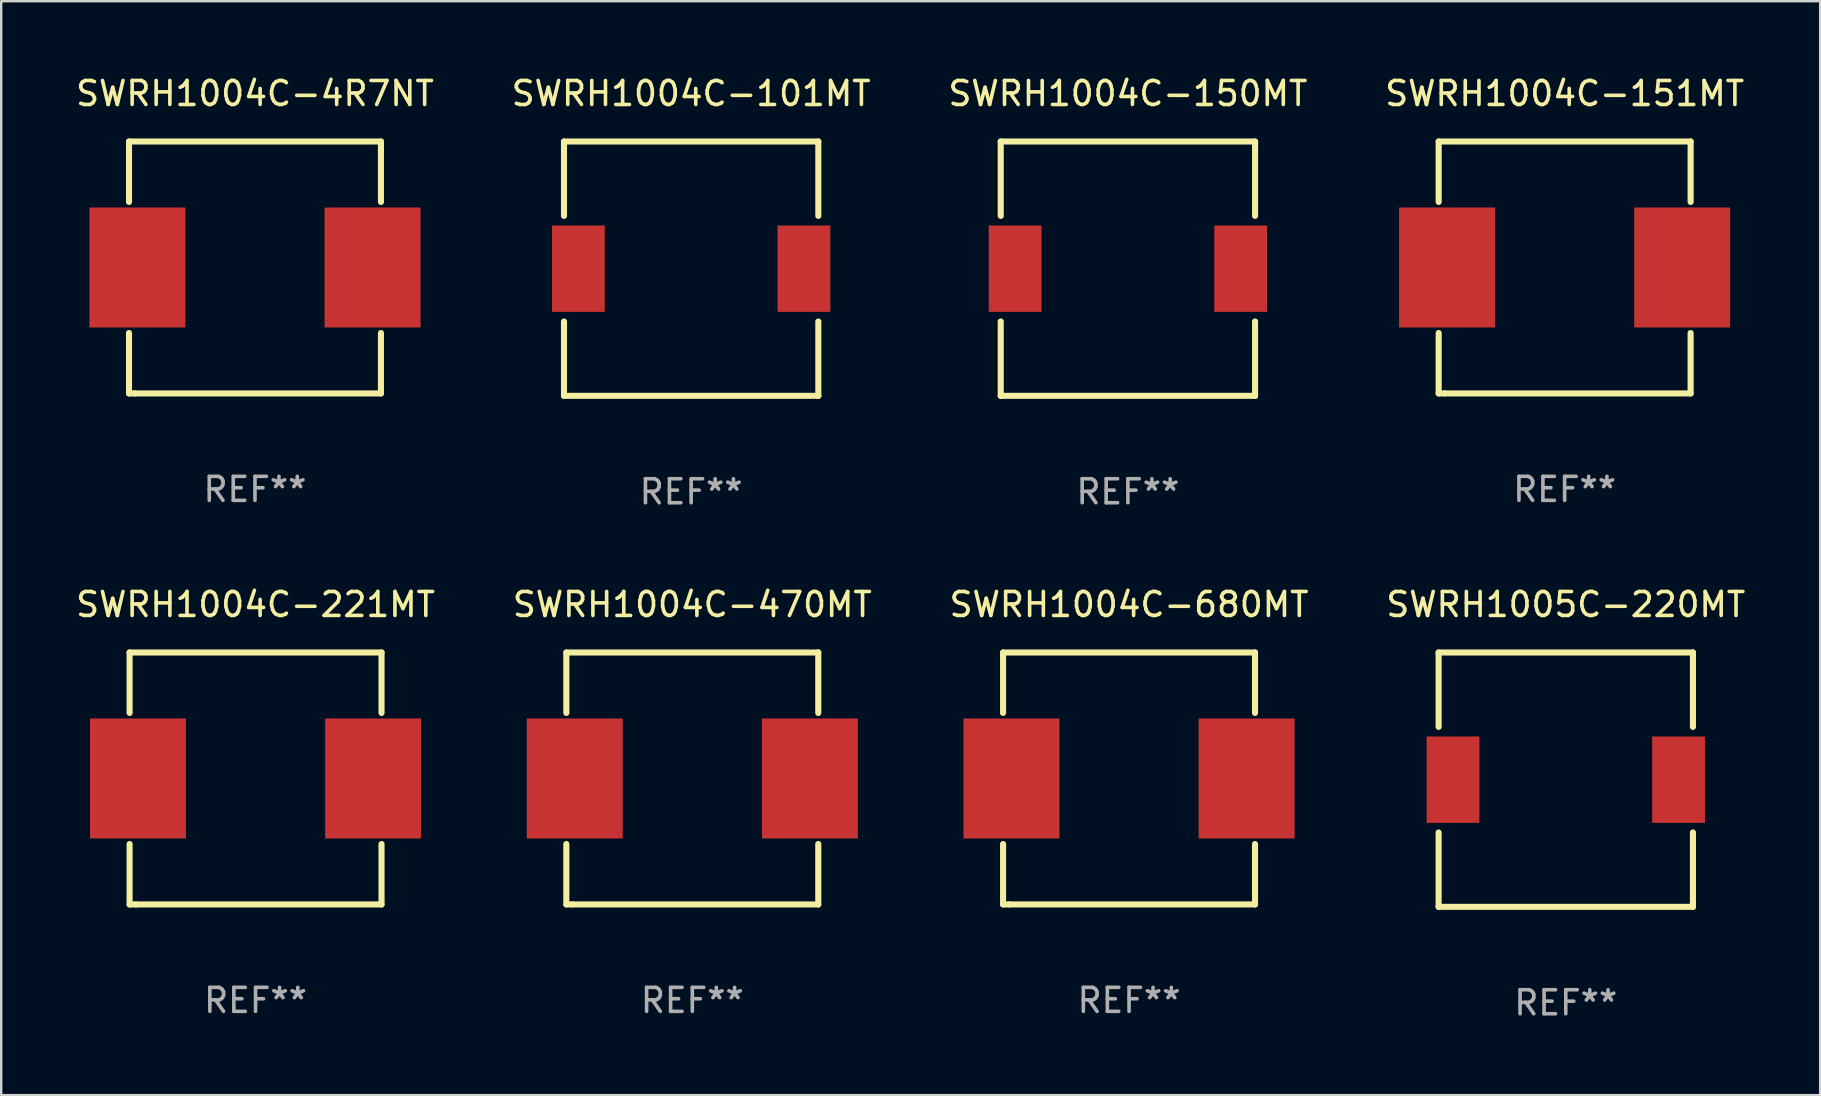
<source format=kicad_pcb>
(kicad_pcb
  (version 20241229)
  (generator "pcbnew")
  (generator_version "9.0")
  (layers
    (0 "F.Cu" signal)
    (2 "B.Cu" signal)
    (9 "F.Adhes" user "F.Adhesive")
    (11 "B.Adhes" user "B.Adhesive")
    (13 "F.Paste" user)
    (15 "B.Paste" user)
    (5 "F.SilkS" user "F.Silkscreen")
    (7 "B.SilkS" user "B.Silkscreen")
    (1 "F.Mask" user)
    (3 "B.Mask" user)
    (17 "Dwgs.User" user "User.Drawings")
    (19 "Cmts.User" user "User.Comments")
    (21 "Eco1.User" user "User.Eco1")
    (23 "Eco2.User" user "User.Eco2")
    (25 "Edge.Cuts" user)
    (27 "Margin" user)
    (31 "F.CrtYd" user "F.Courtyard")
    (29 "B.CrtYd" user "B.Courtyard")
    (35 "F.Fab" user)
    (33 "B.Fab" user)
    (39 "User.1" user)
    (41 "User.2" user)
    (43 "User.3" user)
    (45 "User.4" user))
  (footprint "SWRH1004C-221MT"
    (layer "F.Cu")
    (at 7.601 29.395)
    (property "Reference" "SWRH1004C-221MT" (at 0 -7.25 0) (layer "F.SilkS") (effects (font (size 1 1) (thickness 0.15))))
    (attr through_hole)
    (fp_line (start -5.25 -5.25) (end -5.25 -2.731) (stroke (width 0.254) (type solid)) (layer "F.SilkS"))
    (fp_line (start -5.25 -5.25) (end 5.25 -5.25) (stroke (width 0.254) (type solid)) (layer "F.SilkS"))
    (fp_line (start -5.25 2.731) (end -5.25 5.25) (stroke (width 0.254) (type solid)) (layer "F.SilkS"))
    (fp_line (start -4.989 5.25) (end -5.25 5.25) (stroke (width 0.254) (type solid)) (layer "F.SilkS"))
    (fp_line (start 5.25 -5.25) (end 5.25 -2.731) (stroke (width 0.254) (type solid)) (layer "F.SilkS"))
    (fp_line (start 5.25 2.731) (end 5.25 5.25) (stroke (width 0.254) (type solid)) (layer "F.SilkS"))
    (fp_line (start 5.25 5.25) (end -4.989 5.25) (stroke (width 0.254) (type solid)) (layer "F.SilkS"))
    (fp_circle (center -5.25 5.25) (end -5.22 5.25) (stroke (width 0.06) (type solid)) (fill no) (layer "F.SilkS"))
    (fp_text user "REF**" (at 0 9.25 0) (layer "F.Fab") (effects (font (size 1 1) (thickness 0.15))))
    (pad "1" smd rect (at -4.9 -0.000013) (size 4 5) (layers "F.Cu" "F.Mask" "F.Paste"))
    (pad "2" smd rect (at 4.9 -0.000013) (size 4 5) (layers "F.Cu" "F.Mask" "F.Paste")))
  (footprint "SWRH1005C-220MT"
    (layer "F.Cu")
    (at 62.208 29.445)
    (property "Reference" "SWRH1005C-220MT" (at 0 -7.3 0) (layer "F.SilkS") (effects (font (size 1 1) (thickness 0.15))))
    (attr through_hole)
    (fp_line (start -5.3 5.3) (end 5.3 5.3) (stroke (width 0.254) (type solid)) (layer "F.SilkS"))
    (fp_line (start -5.3 -5.3) (end -5.3 -2.2) (stroke (width 0.254) (type solid)) (layer "F.SilkS"))
    (fp_line (start -5.3 -5.3) (end 5.3 -5.3) (stroke (width 0.254) (type solid)) (layer "F.SilkS"))
    (fp_line (start -5.3 2.2) (end -5.3 5.3) (stroke (width 0.254) (type solid)) (layer "F.SilkS"))
    (fp_line (start 5.3 2.2) (end 5.3 5.3) (stroke (width 0.254) (type solid)) (layer "F.SilkS"))
    (fp_line (start 5.3 -5.3) (end 5.3 -2.2) (stroke (width 0.254) (type solid)) (layer "F.SilkS"))
    (fp_circle (center -5.3 5.25) (end -5.27 5.25) (stroke (width 0.06) (type solid)) (fill no) (layer "F.SilkS"))
    (fp_text user "REF**" (at 0 9.3 0) (layer "F.Fab") (effects (font (size 1 1) (thickness 0.15))))
    (pad "1" smd rect (at -4.7 0) (size 2.2 3.6) (layers "F.Cu" "F.Mask" "F.Paste"))
    (pad "2" smd rect (at 4.7 0) (size 2.2 3.6) (layers "F.Cu" "F.Mask" "F.Paste")))
  (footprint "SWRH1004C-151MT"
    (layer "F.Cu")
    (at 62.161 8.098)
    (property "Reference" "SWRH1004C-151MT" (at 0 -7.25 0) (layer "F.SilkS") (effects (font (size 1 1) (thickness 0.15))))
    (attr through_hole)
    (fp_line (start -5.25 -5.25) (end -5.25 -2.731) (stroke (width 0.254) (type solid)) (layer "F.SilkS"))
    (fp_line (start -5.25 -5.25) (end 5.25 -5.25) (stroke (width 0.254) (type solid)) (layer "F.SilkS"))
    (fp_line (start -5.25 2.731) (end -5.25 5.25) (stroke (width 0.254) (type solid)) (layer "F.SilkS"))
    (fp_line (start -4.989 5.25) (end -5.25 5.25) (stroke (width 0.254) (type solid)) (layer "F.SilkS"))
    (fp_line (start 5.25 -5.25) (end 5.25 -2.731) (stroke (width 0.254) (type solid)) (layer "F.SilkS"))
    (fp_line (start 5.25 2.731) (end 5.25 5.25) (stroke (width 0.254) (type solid)) (layer "F.SilkS"))
    (fp_line (start 5.25 5.25) (end -4.989 5.25) (stroke (width 0.254) (type solid)) (layer "F.SilkS"))
    (fp_circle (center -5.25 5.25) (end -5.22 5.25) (stroke (width 0.06) (type solid)) (fill no) (layer "F.SilkS"))
    (fp_text user "REF**" (at 0 9.25 0) (layer "F.Fab") (effects (font (size 1 1) (thickness 0.15))))
    (pad "1" smd rect (at -4.9 -0.000013) (size 4 5) (layers "F.Cu" "F.Mask" "F.Paste"))
    (pad "2" smd rect (at 4.9 -0.000013) (size 4 5) (layers "F.Cu" "F.Mask" "F.Paste")))
  (footprint "SWRH1004C-101MT"
    (layer "F.Cu")
    (at 25.756 8.148)
    (property "Reference" "SWRH1004C-101MT" (at 0 -7.3 0) (layer "F.SilkS") (effects (font (size 1 1) (thickness 0.15))))
    (attr through_hole)
    (fp_line (start -5.3 5.3) (end 5.3 5.3) (stroke (width 0.254) (type solid)) (layer "F.SilkS"))
    (fp_line (start -5.3 -5.3) (end -5.3 -2.2) (stroke (width 0.254) (type solid)) (layer "F.SilkS"))
    (fp_line (start -5.3 -5.3) (end 5.3 -5.3) (stroke (width 0.254) (type solid)) (layer "F.SilkS"))
    (fp_line (start -5.3 2.2) (end -5.3 5.3) (stroke (width 0.254) (type solid)) (layer "F.SilkS"))
    (fp_line (start 5.3 2.2) (end 5.3 5.3) (stroke (width 0.254) (type solid)) (layer "F.SilkS"))
    (fp_line (start 5.3 -5.3) (end 5.3 -2.2) (stroke (width 0.254) (type solid)) (layer "F.SilkS"))
    (fp_circle (center -5.3 5.25) (end -5.27 5.25) (stroke (width 0.06) (type solid)) (fill no) (layer "F.SilkS"))
    (fp_text user "REF**" (at 0 9.3 0) (layer "F.Fab") (effects (font (size 1 1) (thickness 0.15))))
    (pad "1" smd rect (at -4.7 0) (size 2.2 3.6) (layers "F.Cu" "F.Mask" "F.Paste"))
    (pad "2" smd rect (at 4.7 0) (size 2.2 3.6) (layers "F.Cu" "F.Mask" "F.Paste")))
  (footprint "SWRH1004C-680MT"
    (layer "F.Cu")
    (at 44.006 29.395)
    (property "Reference" "SWRH1004C-680MT" (at 0 -7.25 0) (layer "F.SilkS") (effects (font (size 1 1) (thickness 0.15))))
    (attr through_hole)
    (fp_line (start -5.25 -5.25) (end -5.25 -2.731) (stroke (width 0.254) (type solid)) (layer "F.SilkS"))
    (fp_line (start -5.25 -5.25) (end 5.25 -5.25) (stroke (width 0.254) (type solid)) (layer "F.SilkS"))
    (fp_line (start -5.25 2.731) (end -5.25 5.25) (stroke (width 0.254) (type solid)) (layer "F.SilkS"))
    (fp_line (start -4.989 5.25) (end -5.25 5.25) (stroke (width 0.254) (type solid)) (layer "F.SilkS"))
    (fp_line (start 5.25 -5.25) (end 5.25 -2.731) (stroke (width 0.254) (type solid)) (layer "F.SilkS"))
    (fp_line (start 5.25 2.731) (end 5.25 5.25) (stroke (width 0.254) (type solid)) (layer "F.SilkS"))
    (fp_line (start 5.25 5.25) (end -4.989 5.25) (stroke (width 0.254) (type solid)) (layer "F.SilkS"))
    (fp_circle (center -5.25 5.25) (end -5.22 5.25) (stroke (width 0.06) (type solid)) (fill no) (layer "F.SilkS"))
    (fp_text user "REF**" (at 0 9.25 0) (layer "F.Fab") (effects (font (size 1 1) (thickness 0.15))))
    (pad "1" smd rect (at -4.9 -0.000013) (size 4 5) (layers "F.Cu" "F.Mask" "F.Paste"))
    (pad "2" smd rect (at 4.9 -0.000013) (size 4 5) (layers "F.Cu" "F.Mask" "F.Paste")))
  (footprint "SWRH1004C-150MT"
    (layer "F.Cu")
    (at 43.958 8.148)
    (property "Reference" "SWRH1004C-150MT" (at 0 -7.3 0) (layer "F.SilkS") (effects (font (size 1 1) (thickness 0.15))))
    (attr through_hole)
    (fp_line (start -5.3 5.3) (end 5.3 5.3) (stroke (width 0.254) (type solid)) (layer "F.SilkS"))
    (fp_line (start -5.3 -5.3) (end -5.3 -2.2) (stroke (width 0.254) (type solid)) (layer "F.SilkS"))
    (fp_line (start -5.3 -5.3) (end 5.3 -5.3) (stroke (width 0.254) (type solid)) (layer "F.SilkS"))
    (fp_line (start -5.3 2.2) (end -5.3 5.3) (stroke (width 0.254) (type solid)) (layer "F.SilkS"))
    (fp_line (start 5.3 2.2) (end 5.3 5.3) (stroke (width 0.254) (type solid)) (layer "F.SilkS"))
    (fp_line (start 5.3 -5.3) (end 5.3 -2.2) (stroke (width 0.254) (type solid)) (layer "F.SilkS"))
    (fp_circle (center -5.3 5.25) (end -5.27 5.25) (stroke (width 0.06) (type solid)) (fill no) (layer "F.SilkS"))
    (fp_text user "REF**" (at 0 9.3 0) (layer "F.Fab") (effects (font (size 1 1) (thickness 0.15))))
    (pad "1" smd rect (at -4.7 0) (size 2.2 3.6) (layers "F.Cu" "F.Mask" "F.Paste"))
    (pad "2" smd rect (at 4.7 0) (size 2.2 3.6) (layers "F.Cu" "F.Mask" "F.Paste")))
  (footprint "SWRH1004C-4R7NT"
    (layer "F.Cu")
    (at 7.577 8.098)
    (property "Reference" "SWRH1004C-4R7NT" (at 0 -7.25 0) (layer "F.SilkS") (effects (font (size 1 1) (thickness 0.15))))
    (attr through_hole)
    (fp_line (start -5.25 -5.25) (end -5.25 -2.731) (stroke (width 0.254) (type solid)) (layer "F.SilkS"))
    (fp_line (start -5.25 -5.25) (end 5.25 -5.25) (stroke (width 0.254) (type solid)) (layer "F.SilkS"))
    (fp_line (start -5.25 2.731) (end -5.25 5.25) (stroke (width 0.254) (type solid)) (layer "F.SilkS"))
    (fp_line (start -4.989 5.25) (end -5.25 5.25) (stroke (width 0.254) (type solid)) (layer "F.SilkS"))
    (fp_line (start 5.25 -5.25) (end 5.25 -2.731) (stroke (width 0.254) (type solid)) (layer "F.SilkS"))
    (fp_line (start 5.25 2.731) (end 5.25 5.25) (stroke (width 0.254) (type solid)) (layer "F.SilkS"))
    (fp_line (start 5.25 5.25) (end -4.989 5.25) (stroke (width 0.254) (type solid)) (layer "F.SilkS"))
    (fp_circle (center -5.25 5.25) (end -5.22 5.25) (stroke (width 0.06) (type solid)) (fill no) (layer "F.SilkS"))
    (fp_text user "REF**" (at 0 9.25 0) (layer "F.Fab") (effects (font (size 1 1) (thickness 0.15))))
    (pad "1" smd rect (at -4.9 -0.000013) (size 4 5) (layers "F.Cu" "F.Mask" "F.Paste"))
    (pad "2" smd rect (at 4.9 -0.000013) (size 4 5) (layers "F.Cu" "F.Mask" "F.Paste")))
  (footprint "SWRH1004C-470MT"
    (layer "F.Cu")
    (at 25.804 29.395)
    (property "Reference" "SWRH1004C-470MT" (at 0 -7.25 0) (layer "F.SilkS") (effects (font (size 1 1) (thickness 0.15))))
    (attr through_hole)
    (fp_line (start -5.25 -5.25) (end -5.25 -2.731) (stroke (width 0.254) (type solid)) (layer "F.SilkS"))
    (fp_line (start -5.25 -5.25) (end 5.25 -5.25) (stroke (width 0.254) (type solid)) (layer "F.SilkS"))
    (fp_line (start -5.25 2.731) (end -5.25 5.25) (stroke (width 0.254) (type solid)) (layer "F.SilkS"))
    (fp_line (start -4.989 5.25) (end -5.25 5.25) (stroke (width 0.254) (type solid)) (layer "F.SilkS"))
    (fp_line (start 5.25 -5.25) (end 5.25 -2.731) (stroke (width 0.254) (type solid)) (layer "F.SilkS"))
    (fp_line (start 5.25 2.731) (end 5.25 5.25) (stroke (width 0.254) (type solid)) (layer "F.SilkS"))
    (fp_line (start 5.25 5.25) (end -4.989 5.25) (stroke (width 0.254) (type solid)) (layer "F.SilkS"))
    (fp_circle (center -5.25 5.25) (end -5.22 5.25) (stroke (width 0.06) (type solid)) (fill no) (layer "F.SilkS"))
    (fp_text user "REF**" (at 0 9.25 0) (layer "F.Fab") (effects (font (size 1 1) (thickness 0.15))))
    (pad "1" smd rect (at -4.9 -0.000013) (size 4 5) (layers "F.Cu" "F.Mask" "F.Paste"))
    (pad "2" smd rect (at 4.9 -0.000013) (size 4 5) (layers "F.Cu" "F.Mask" "F.Paste")))
  (gr_rect
    (start -3 -3)
    (end 72.81 42.593)
    (stroke (width 0.1) (type default))
    (fill no)
    (layer "Edge.Cuts")))
</source>
